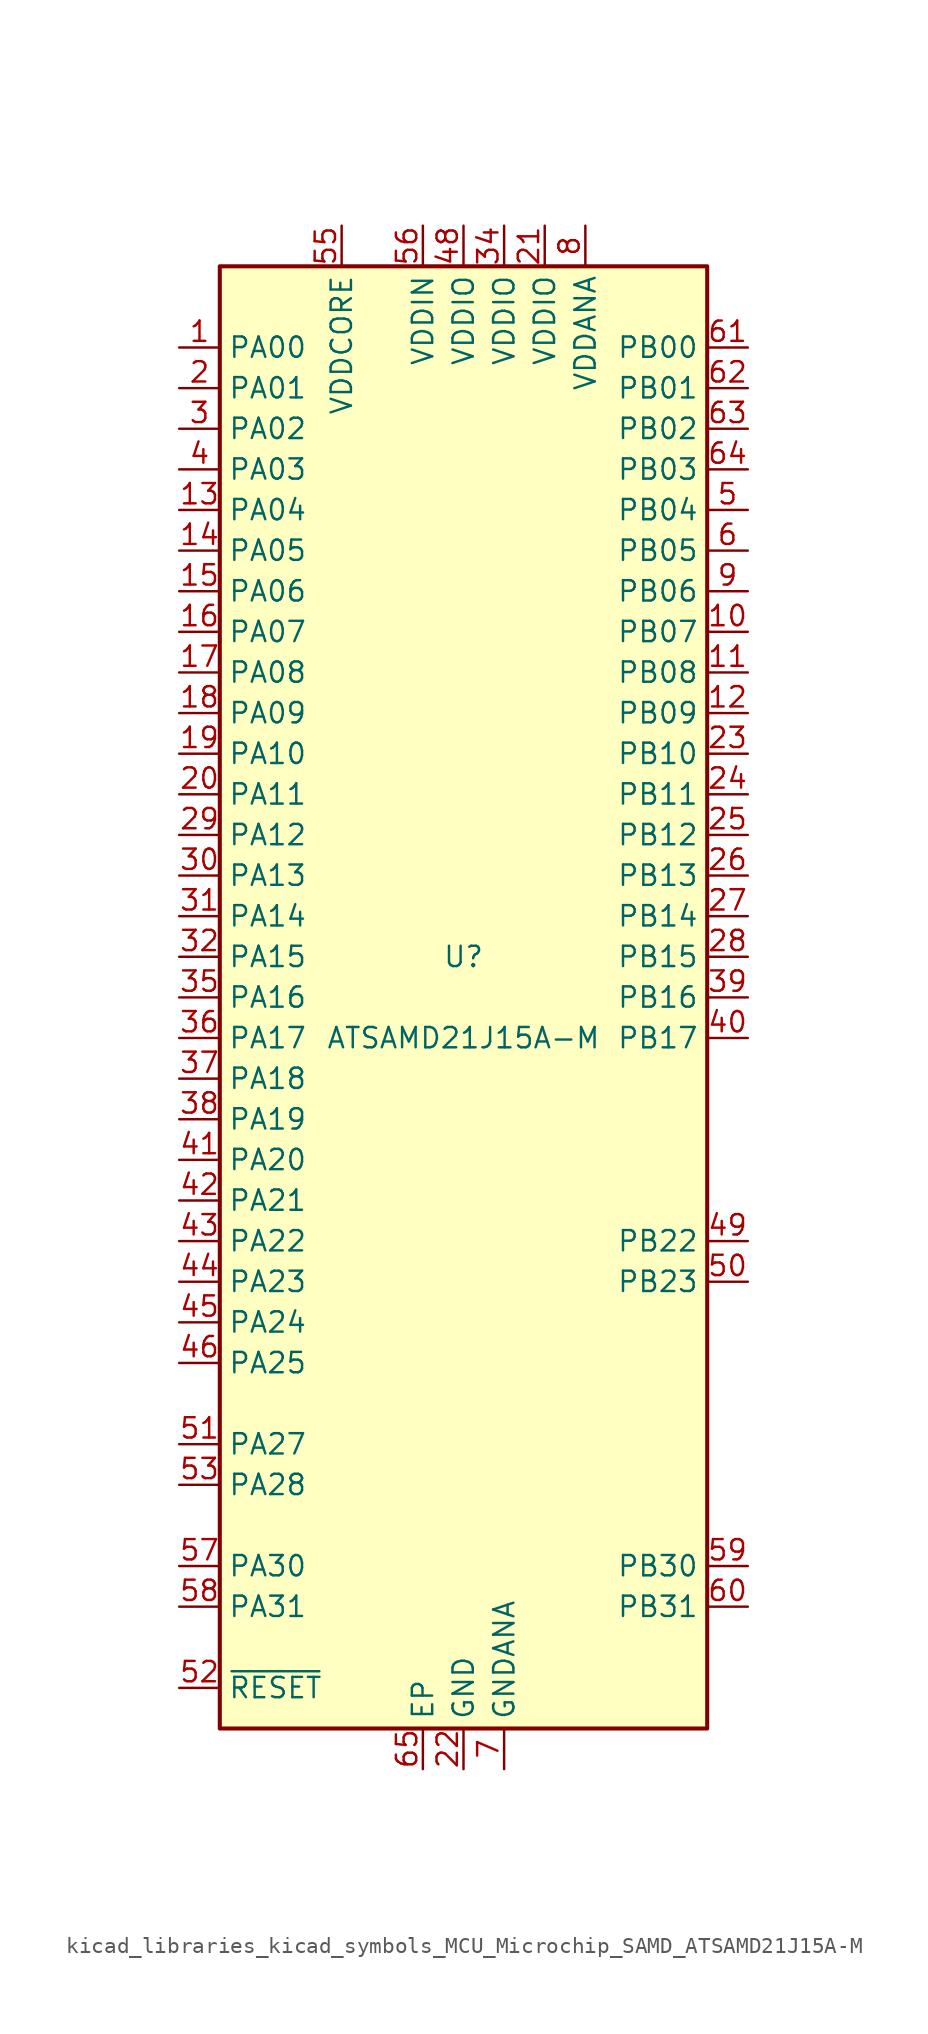
<source format=kicad_sym>
(kicad_symbol_lib
  (version 20220914)
  (generator kicad_symbol_editor)
  (symbol "kicad_libraries_kicad_symbols_MCU_Microchip_SAMD_ATSAMD21J15A-M"
    (property "Reference" "U"
      (at 0 2.54 0)
      (effects (font (size 1.27 1.27))))
    (property "Value" "ATSAMD21J15A-M"
      (at 0 -2.54 0)
      (effects (font (size 1.27 1.27))))
    (symbol "kicad_libraries_kicad_symbols_MCU_Microchip_SAMD_ATSAMD21J15A-M_0_1"
      (rectangle (start -15.24 45.72) (end 15.24 -45.72) (stroke (width 0.254) (type default)) (fill (type background))))
    (symbol "kicad_libraries_kicad_symbols_MCU_Microchip_SAMD_ATSAMD21J15A-M_1_1"
      (pin bidirectional line (at -17.78 40.64 0) (length 2.54) (name "PA00" (effects (font (size 1.27 1.27)))) (number "1" (effects (font (size 1.27 1.27)))))
      (pin bidirectional line (at 17.78 22.86 180) (length 2.54) (name "PB07" (effects (font (size 1.27 1.27)))) (number "10" (effects (font (size 1.27 1.27)))))
      (pin bidirectional line (at 17.78 20.32 180) (length 2.54) (name "PB08" (effects (font (size 1.27 1.27)))) (number "11" (effects (font (size 1.27 1.27)))))
      (pin bidirectional line (at 17.78 17.78 180) (length 2.54) (name "PB09" (effects (font (size 1.27 1.27)))) (number "12" (effects (font (size 1.27 1.27)))))
      (pin bidirectional line (at -17.78 30.48 0) (length 2.54) (name "PA04" (effects (font (size 1.27 1.27)))) (number "13" (effects (font (size 1.27 1.27)))))
      (pin bidirectional line (at -17.78 27.94 0) (length 2.54) (name "PA05" (effects (font (size 1.27 1.27)))) (number "14" (effects (font (size 1.27 1.27)))))
      (pin bidirectional line (at -17.78 25.4 0) (length 2.54) (name "PA06" (effects (font (size 1.27 1.27)))) (number "15" (effects (font (size 1.27 1.27)))))
      (pin bidirectional line (at -17.78 22.86 0) (length 2.54) (name "PA07" (effects (font (size 1.27 1.27)))) (number "16" (effects (font (size 1.27 1.27)))))
      (pin bidirectional line (at -17.78 20.32 0) (length 2.54) (name "PA08" (effects (font (size 1.27 1.27)))) (number "17" (effects (font (size 1.27 1.27)))))
      (pin bidirectional line (at -17.78 17.78 0) (length 2.54) (name "PA09" (effects (font (size 1.27 1.27)))) (number "18" (effects (font (size 1.27 1.27)))))
      (pin bidirectional line (at -17.78 15.24 0) (length 2.54) (name "PA10" (effects (font (size 1.27 1.27)))) (number "19" (effects (font (size 1.27 1.27)))))
      (pin bidirectional line (at -17.78 38.1 0) (length 2.54) (name "PA01" (effects (font (size 1.27 1.27)))) (number "2" (effects (font (size 1.27 1.27)))))
      (pin bidirectional line (at -17.78 12.7 0) (length 2.54) (name "PA11" (effects (font (size 1.27 1.27)))) (number "20" (effects (font (size 1.27 1.27)))))
      (pin power_in line (at 5.08 48.26 270) (length 2.54) (name "VDDIO" (effects (font (size 1.27 1.27)))) (number "21" (effects (font (size 1.27 1.27)))))
      (pin power_in line (at 0 -48.26 90) (length 2.54) (name "GND" (effects (font (size 1.27 1.27)))) (number "22" (effects (font (size 1.27 1.27)))))
      (pin bidirectional line (at 17.78 15.24 180) (length 2.54) (name "PB10" (effects (font (size 1.27 1.27)))) (number "23" (effects (font (size 1.27 1.27)))))
      (pin bidirectional line (at 17.78 12.7 180) (length 2.54) (name "PB11" (effects (font (size 1.27 1.27)))) (number "24" (effects (font (size 1.27 1.27)))))
      (pin bidirectional line (at 17.78 10.16 180) (length 2.54) (name "PB12" (effects (font (size 1.27 1.27)))) (number "25" (effects (font (size 1.27 1.27)))))
      (pin bidirectional line (at 17.78 7.62 180) (length 2.54) (name "PB13" (effects (font (size 1.27 1.27)))) (number "26" (effects (font (size 1.27 1.27)))))
      (pin bidirectional line (at 17.78 5.08 180) (length 2.54) (name "PB14" (effects (font (size 1.27 1.27)))) (number "27" (effects (font (size 1.27 1.27)))))
      (pin bidirectional line (at 17.78 2.54 180) (length 2.54) (name "PB15" (effects (font (size 1.27 1.27)))) (number "28" (effects (font (size 1.27 1.27)))))
      (pin bidirectional line (at -17.78 10.16 0) (length 2.54) (name "PA12" (effects (font (size 1.27 1.27)))) (number "29" (effects (font (size 1.27 1.27)))))
      (pin bidirectional line (at -17.78 35.56 0) (length 2.54) (name "PA02" (effects (font (size 1.27 1.27)))) (number "3" (effects (font (size 1.27 1.27)))))
      (pin bidirectional line (at -17.78 7.62 0) (length 2.54) (name "PA13" (effects (font (size 1.27 1.27)))) (number "30" (effects (font (size 1.27 1.27)))))
      (pin bidirectional line (at -17.78 5.08 0) (length 2.54) (name "PA14" (effects (font (size 1.27 1.27)))) (number "31" (effects (font (size 1.27 1.27)))))
      (pin bidirectional line (at -17.78 2.54 0) (length 2.54) (name "PA15" (effects (font (size 1.27 1.27)))) (number "32" (effects (font (size 1.27 1.27)))))
      (pin passive line (at 0 -48.26 90) (length 2.54) hide (name "GND" (effects (font (size 1.27 1.27)))) (number "33" (effects (font (size 1.27 1.27)))))
      (pin power_in line (at 2.54 48.26 270) (length 2.54) (name "VDDIO" (effects (font (size 1.27 1.27)))) (number "34" (effects (font (size 1.27 1.27)))))
      (pin bidirectional line (at -17.78 0 0) (length 2.54) (name "PA16" (effects (font (size 1.27 1.27)))) (number "35" (effects (font (size 1.27 1.27)))))
      (pin bidirectional line (at -17.78 -2.54 0) (length 2.54) (name "PA17" (effects (font (size 1.27 1.27)))) (number "36" (effects (font (size 1.27 1.27)))))
      (pin bidirectional line (at -17.78 -5.08 0) (length 2.54) (name "PA18" (effects (font (size 1.27 1.27)))) (number "37" (effects (font (size 1.27 1.27)))))
      (pin bidirectional line (at -17.78 -7.62 0) (length 2.54) (name "PA19" (effects (font (size 1.27 1.27)))) (number "38" (effects (font (size 1.27 1.27)))))
      (pin bidirectional line (at 17.78 0 180) (length 2.54) (name "PB16" (effects (font (size 1.27 1.27)))) (number "39" (effects (font (size 1.27 1.27)))))
      (pin bidirectional line (at -17.78 33.02 0) (length 2.54) (name "PA03" (effects (font (size 1.27 1.27)))) (number "4" (effects (font (size 1.27 1.27)))))
      (pin bidirectional line (at 17.78 -2.54 180) (length 2.54) (name "PB17" (effects (font (size 1.27 1.27)))) (number "40" (effects (font (size 1.27 1.27)))))
      (pin bidirectional line (at -17.78 -10.16 0) (length 2.54) (name "PA20" (effects (font (size 1.27 1.27)))) (number "41" (effects (font (size 1.27 1.27)))))
      (pin bidirectional line (at -17.78 -12.7 0) (length 2.54) (name "PA21" (effects (font (size 1.27 1.27)))) (number "42" (effects (font (size 1.27 1.27)))))
      (pin bidirectional line (at -17.78 -15.24 0) (length 2.54) (name "PA22" (effects (font (size 1.27 1.27)))) (number "43" (effects (font (size 1.27 1.27)))))
      (pin bidirectional line (at -17.78 -17.78 0) (length 2.54) (name "PA23" (effects (font (size 1.27 1.27)))) (number "44" (effects (font (size 1.27 1.27)))))
      (pin bidirectional line (at -17.78 -20.32 0) (length 2.54) (name "PA24" (effects (font (size 1.27 1.27)))) (number "45" (effects (font (size 1.27 1.27)))))
      (pin bidirectional line (at -17.78 -22.86 0) (length 2.54) (name "PA25" (effects (font (size 1.27 1.27)))) (number "46" (effects (font (size 1.27 1.27)))))
      (pin passive line (at 0 -48.26 90) (length 2.54) hide (name "GND" (effects (font (size 1.27 1.27)))) (number "47" (effects (font (size 1.27 1.27)))))
      (pin power_in line (at 0 48.26 270) (length 2.54) (name "VDDIO" (effects (font (size 1.27 1.27)))) (number "48" (effects (font (size 1.27 1.27)))))
      (pin bidirectional line (at 17.78 -15.24 180) (length 2.54) (name "PB22" (effects (font (size 1.27 1.27)))) (number "49" (effects (font (size 1.27 1.27)))))
      (pin bidirectional line (at 17.78 30.48 180) (length 2.54) (name "PB04" (effects (font (size 1.27 1.27)))) (number "5" (effects (font (size 1.27 1.27)))))
      (pin bidirectional line (at 17.78 -17.78 180) (length 2.54) (name "PB23" (effects (font (size 1.27 1.27)))) (number "50" (effects (font (size 1.27 1.27)))))
      (pin bidirectional line (at -17.78 -27.94 0) (length 2.54) (name "PA27" (effects (font (size 1.27 1.27)))) (number "51" (effects (font (size 1.27 1.27)))))
      (pin input line (at -17.78 -43.18 0) (length 2.54) (name "~{RESET}" (effects (font (size 1.27 1.27)))) (number "52" (effects (font (size 1.27 1.27)))))
      (pin bidirectional line (at -17.78 -30.48 0) (length 2.54) (name "PA28" (effects (font (size 1.27 1.27)))) (number "53" (effects (font (size 1.27 1.27)))))
      (pin passive line (at 0 -48.26 90) (length 2.54) hide (name "GND" (effects (font (size 1.27 1.27)))) (number "54" (effects (font (size 1.27 1.27)))))
      (pin power_out line (at -7.62 48.26 270) (length 2.54) (name "VDDCORE" (effects (font (size 1.27 1.27)))) (number "55" (effects (font (size 1.27 1.27)))))
      (pin power_in line (at -2.54 48.26 270) (length 2.54) (name "VDDIN" (effects (font (size 1.27 1.27)))) (number "56" (effects (font (size 1.27 1.27)))))
      (pin bidirectional line (at -17.78 -35.56 0) (length 2.54) (name "PA30" (effects (font (size 1.27 1.27)))) (number "57" (effects (font (size 1.27 1.27)))))
      (pin bidirectional line (at -17.78 -38.1 0) (length 2.54) (name "PA31" (effects (font (size 1.27 1.27)))) (number "58" (effects (font (size 1.27 1.27)))))
      (pin bidirectional line (at 17.78 -35.56 180) (length 2.54) (name "PB30" (effects (font (size 1.27 1.27)))) (number "59" (effects (font (size 1.27 1.27)))))
      (pin bidirectional line (at 17.78 27.94 180) (length 2.54) (name "PB05" (effects (font (size 1.27 1.27)))) (number "6" (effects (font (size 1.27 1.27)))))
      (pin bidirectional line (at 17.78 -38.1 180) (length 2.54) (name "PB31" (effects (font (size 1.27 1.27)))) (number "60" (effects (font (size 1.27 1.27)))))
      (pin bidirectional line (at 17.78 40.64 180) (length 2.54) (name "PB00" (effects (font (size 1.27 1.27)))) (number "61" (effects (font (size 1.27 1.27)))))
      (pin bidirectional line (at 17.78 38.1 180) (length 2.54) (name "PB01" (effects (font (size 1.27 1.27)))) (number "62" (effects (font (size 1.27 1.27)))))
      (pin bidirectional line (at 17.78 35.56 180) (length 2.54) (name "PB02" (effects (font (size 1.27 1.27)))) (number "63" (effects (font (size 1.27 1.27)))))
      (pin bidirectional line (at 17.78 33.02 180) (length 2.54) (name "PB03" (effects (font (size 1.27 1.27)))) (number "64" (effects (font (size 1.27 1.27)))))
      (pin passive line (at -2.54 -48.26 90) (length 2.54) (name "EP" (effects (font (size 1.27 1.27)))) (number "65" (effects (font (size 1.27 1.27)))))
      (pin power_in line (at 2.54 -48.26 90) (length 2.54) (name "GNDANA" (effects (font (size 1.27 1.27)))) (number "7" (effects (font (size 1.27 1.27)))))
      (pin power_in line (at 7.62 48.26 270) (length 2.54) (name "VDDANA" (effects (font (size 1.27 1.27)))) (number "8" (effects (font (size 1.27 1.27)))))
      (pin bidirectional line (at 17.78 25.4 180) (length 2.54) (name "PB06" (effects (font (size 1.27 1.27)))) (number "9" (effects (font (size 1.27 1.27))))))))
</source>
